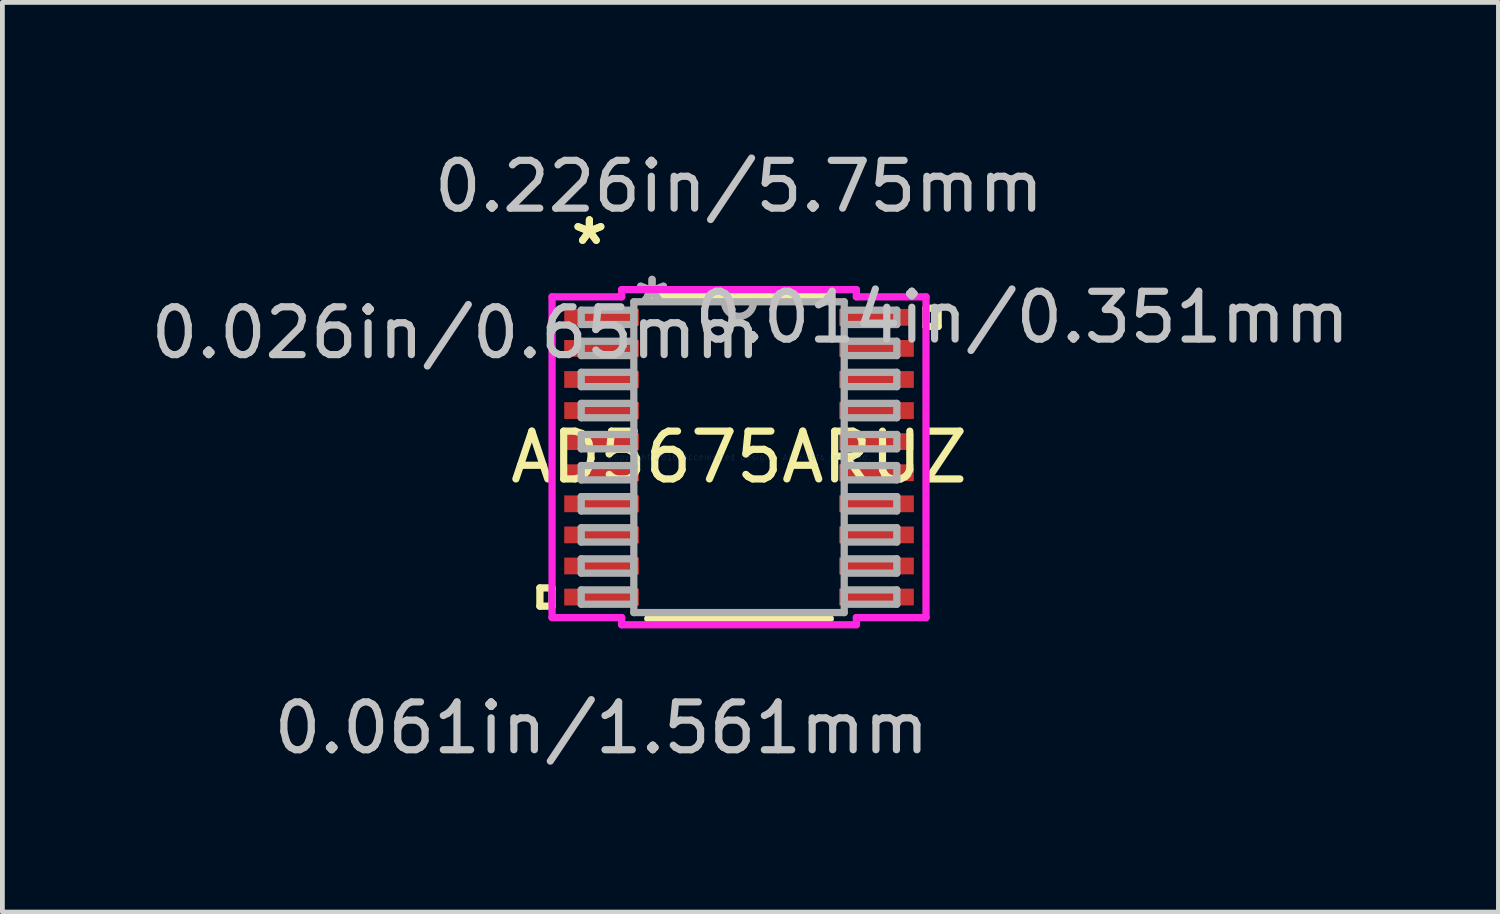
<source format=kicad_pcb>
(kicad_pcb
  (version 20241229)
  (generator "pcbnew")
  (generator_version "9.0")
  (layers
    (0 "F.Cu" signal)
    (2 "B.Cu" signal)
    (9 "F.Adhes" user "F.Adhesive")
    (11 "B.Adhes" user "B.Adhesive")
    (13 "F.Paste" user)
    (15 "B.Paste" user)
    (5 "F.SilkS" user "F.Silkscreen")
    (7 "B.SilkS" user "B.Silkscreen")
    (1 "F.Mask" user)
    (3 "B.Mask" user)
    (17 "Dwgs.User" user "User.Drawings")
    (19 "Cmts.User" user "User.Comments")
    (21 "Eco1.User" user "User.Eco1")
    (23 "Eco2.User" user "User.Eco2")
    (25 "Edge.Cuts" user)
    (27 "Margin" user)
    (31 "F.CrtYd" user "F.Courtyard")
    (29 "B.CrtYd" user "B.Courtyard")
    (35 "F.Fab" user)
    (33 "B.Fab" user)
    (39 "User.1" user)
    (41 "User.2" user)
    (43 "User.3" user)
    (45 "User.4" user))
  (footprint "AD5675ARUZ"
    (layer "F.Cu")
    (at 12.405 6.511)
    (property "Reference" "AD5675ARUZ" (at 0 0 0) (layer "F.SilkS") (effects (font (size 1 1) (thickness 0.15))))
    (attr through_hole)
    (fp_line (start -4.164 2.734) (end -4.164 3.115) (stroke (width 0.152) (type solid)) (layer "F.SilkS"))
    (fp_line (start -4.164 3.115) (end -3.91 3.115) (stroke (width 0.152) (type solid)) (layer "F.SilkS"))
    (fp_line (start -3.91 2.734) (end -4.164 2.734) (stroke (width 0.152) (type solid)) (layer "F.SilkS"))
    (fp_line (start -3.91 3.115) (end -3.91 2.734) (stroke (width 0.152) (type solid)) (layer "F.SilkS"))
    (fp_line (start -1.909 3.377) (end 1.909 3.377) (stroke (width 0.152) (type solid)) (layer "F.SilkS"))
    (fp_line (start 1.909 -3.377) (end -1.909 -3.377) (stroke (width 0.152) (type solid)) (layer "F.SilkS"))
    (fp_line (start 3.91 -3.115) (end 4.164 -3.115) (stroke (width 0.152) (type solid)) (layer "F.SilkS"))
    (fp_line (start 3.91 -2.734) (end 3.91 -3.115) (stroke (width 0.152) (type solid)) (layer "F.SilkS"))
    (fp_line (start 4.164 -3.115) (end 4.164 -2.734) (stroke (width 0.152) (type solid)) (layer "F.SilkS"))
    (fp_line (start 4.164 -2.734) (end 3.91 -2.734) (stroke (width 0.152) (type solid)) (layer "F.SilkS"))
    (fp_line (start -3.91 -3.354) (end -2.454 -3.354) (stroke (width 0.152) (type solid)) (layer "F.CrtYd"))
    (fp_line (start -3.91 3.354) (end -3.91 -3.354) (stroke (width 0.152) (type solid)) (layer "F.CrtYd"))
    (fp_line (start -2.454 -3.504) (end 2.454 -3.504) (stroke (width 0.152) (type solid)) (layer "F.CrtYd"))
    (fp_line (start -2.454 -3.354) (end -2.454 -3.504) (stroke (width 0.152) (type solid)) (layer "F.CrtYd"))
    (fp_line (start -2.454 3.354) (end -3.91 3.354) (stroke (width 0.152) (type solid)) (layer "F.CrtYd"))
    (fp_line (start -2.454 3.504) (end -2.454 3.354) (stroke (width 0.152) (type solid)) (layer "F.CrtYd"))
    (fp_line (start 2.454 -3.504) (end 2.454 -3.354) (stroke (width 0.152) (type solid)) (layer "F.CrtYd"))
    (fp_line (start 2.454 -3.354) (end 3.91 -3.354) (stroke (width 0.152) (type solid)) (layer "F.CrtYd"))
    (fp_line (start 2.454 3.354) (end 2.454 3.504) (stroke (width 0.152) (type solid)) (layer "F.CrtYd"))
    (fp_line (start 2.454 3.504) (end -2.454 3.504) (stroke (width 0.152) (type solid)) (layer "F.CrtYd"))
    (fp_line (start 3.91 -3.354) (end 3.91 3.354) (stroke (width 0.152) (type solid)) (layer "F.CrtYd"))
    (fp_line (start 3.91 3.354) (end 2.454 3.354) (stroke (width 0.152) (type solid)) (layer "F.CrtYd"))
    (fp_line (start -3.3 -3.075) (end -3.3 -2.775) (stroke (width 0.152) (type solid)) (layer "F.Fab"))
    (fp_line (start -3.3 -2.775) (end -2.2 -2.775) (stroke (width 0.152) (type solid)) (layer "F.Fab"))
    (fp_line (start -3.3 -2.425) (end -3.3 -2.125) (stroke (width 0.152) (type solid)) (layer "F.Fab"))
    (fp_line (start -3.3 -2.125) (end -2.2 -2.125) (stroke (width 0.152) (type solid)) (layer "F.Fab"))
    (fp_line (start -3.3 -1.775) (end -3.3 -1.475) (stroke (width 0.152) (type solid)) (layer "F.Fab"))
    (fp_line (start -3.3 -1.475) (end -2.2 -1.475) (stroke (width 0.152) (type solid)) (layer "F.Fab"))
    (fp_line (start -3.3 -1.125) (end -3.3 -0.825) (stroke (width 0.152) (type solid)) (layer "F.Fab"))
    (fp_line (start -3.3 -0.825) (end -2.2 -0.825) (stroke (width 0.152) (type solid)) (layer "F.Fab"))
    (fp_line (start -3.3 -0.475) (end -3.3 -0.175) (stroke (width 0.152) (type solid)) (layer "F.Fab"))
    (fp_line (start -3.3 -0.175) (end -2.2 -0.175) (stroke (width 0.152) (type solid)) (layer "F.Fab"))
    (fp_line (start -3.3 0.175) (end -3.3 0.475) (stroke (width 0.152) (type solid)) (layer "F.Fab"))
    (fp_line (start -3.3 0.475) (end -2.2 0.475) (stroke (width 0.152) (type solid)) (layer "F.Fab"))
    (fp_line (start -3.3 0.825) (end -3.3 1.125) (stroke (width 0.152) (type solid)) (layer "F.Fab"))
    (fp_line (start -3.3 1.125) (end -2.2 1.125) (stroke (width 0.152) (type solid)) (layer "F.Fab"))
    (fp_line (start -3.3 1.475) (end -3.3 1.775) (stroke (width 0.152) (type solid)) (layer "F.Fab"))
    (fp_line (start -3.3 1.775) (end -2.2 1.775) (stroke (width 0.152) (type solid)) (layer "F.Fab"))
    (fp_line (start -3.3 2.125) (end -3.3 2.425) (stroke (width 0.152) (type solid)) (layer "F.Fab"))
    (fp_line (start -3.3 2.425) (end -2.2 2.425) (stroke (width 0.152) (type solid)) (layer "F.Fab"))
    (fp_line (start -3.3 2.775) (end -3.3 3.075) (stroke (width 0.152) (type solid)) (layer "F.Fab"))
    (fp_line (start -3.3 3.075) (end -2.2 3.075) (stroke (width 0.152) (type solid)) (layer "F.Fab"))
    (fp_line (start -2.2 -3.25) (end -2.2 3.25) (stroke (width 0.152) (type solid)) (layer "F.Fab"))
    (fp_line (start -2.2 -3.075) (end -3.3 -3.075) (stroke (width 0.152) (type solid)) (layer "F.Fab"))
    (fp_line (start -2.2 -2.775) (end -2.2 -3.075) (stroke (width 0.152) (type solid)) (layer "F.Fab"))
    (fp_line (start -2.2 -2.425) (end -3.3 -2.425) (stroke (width 0.152) (type solid)) (layer "F.Fab"))
    (fp_line (start -2.2 -2.125) (end -2.2 -2.425) (stroke (width 0.152) (type solid)) (layer "F.Fab"))
    (fp_line (start -2.2 -1.775) (end -3.3 -1.775) (stroke (width 0.152) (type solid)) (layer "F.Fab"))
    (fp_line (start -2.2 -1.475) (end -2.2 -1.775) (stroke (width 0.152) (type solid)) (layer "F.Fab"))
    (fp_line (start -2.2 -1.125) (end -3.3 -1.125) (stroke (width 0.152) (type solid)) (layer "F.Fab"))
    (fp_line (start -2.2 -0.825) (end -2.2 -1.125) (stroke (width 0.152) (type solid)) (layer "F.Fab"))
    (fp_line (start -2.2 -0.475) (end -3.3 -0.475) (stroke (width 0.152) (type solid)) (layer "F.Fab"))
    (fp_line (start -2.2 -0.175) (end -2.2 -0.475) (stroke (width 0.152) (type solid)) (layer "F.Fab"))
    (fp_line (start -2.2 0.175) (end -3.3 0.175) (stroke (width 0.152) (type solid)) (layer "F.Fab"))
    (fp_line (start -2.2 0.475) (end -2.2 0.175) (stroke (width 0.152) (type solid)) (layer "F.Fab"))
    (fp_line (start -2.2 0.825) (end -3.3 0.825) (stroke (width 0.152) (type solid)) (layer "F.Fab"))
    (fp_line (start -2.2 1.125) (end -2.2 0.825) (stroke (width 0.152) (type solid)) (layer "F.Fab"))
    (fp_line (start -2.2 1.475) (end -3.3 1.475) (stroke (width 0.152) (type solid)) (layer "F.Fab"))
    (fp_line (start -2.2 1.775) (end -2.2 1.475) (stroke (width 0.152) (type solid)) (layer "F.Fab"))
    (fp_line (start -2.2 2.125) (end -3.3 2.125) (stroke (width 0.152) (type solid)) (layer "F.Fab"))
    (fp_line (start -2.2 2.425) (end -2.2 2.125) (stroke (width 0.152) (type solid)) (layer "F.Fab"))
    (fp_line (start -2.2 2.775) (end -3.3 2.775) (stroke (width 0.152) (type solid)) (layer "F.Fab"))
    (fp_line (start -2.2 3.075) (end -2.2 2.775) (stroke (width 0.152) (type solid)) (layer "F.Fab"))
    (fp_line (start -2.2 3.25) (end 2.2 3.25) (stroke (width 0.152) (type solid)) (layer "F.Fab"))
    (fp_line (start 2.2 -3.25) (end -2.2 -3.25) (stroke (width 0.152) (type solid)) (layer "F.Fab"))
    (fp_line (start 2.2 -3.075) (end 2.2 -2.775) (stroke (width 0.152) (type solid)) (layer "F.Fab"))
    (fp_line (start 2.2 -2.775) (end 3.3 -2.775) (stroke (width 0.152) (type solid)) (layer "F.Fab"))
    (fp_line (start 2.2 -2.425) (end 2.2 -2.125) (stroke (width 0.152) (type solid)) (layer "F.Fab"))
    (fp_line (start 2.2 -2.125) (end 3.3 -2.125) (stroke (width 0.152) (type solid)) (layer "F.Fab"))
    (fp_line (start 2.2 -1.775) (end 2.2 -1.475) (stroke (width 0.152) (type solid)) (layer "F.Fab"))
    (fp_line (start 2.2 -1.475) (end 3.3 -1.475) (stroke (width 0.152) (type solid)) (layer "F.Fab"))
    (fp_line (start 2.2 -1.125) (end 2.2 -0.825) (stroke (width 0.152) (type solid)) (layer "F.Fab"))
    (fp_line (start 2.2 -0.825) (end 3.3 -0.825) (stroke (width 0.152) (type solid)) (layer "F.Fab"))
    (fp_line (start 2.2 -0.475) (end 2.2 -0.175) (stroke (width 0.152) (type solid)) (layer "F.Fab"))
    (fp_line (start 2.2 -0.175) (end 3.3 -0.175) (stroke (width 0.152) (type solid)) (layer "F.Fab"))
    (fp_line (start 2.2 0.175) (end 2.2 0.475) (stroke (width 0.152) (type solid)) (layer "F.Fab"))
    (fp_line (start 2.2 0.475) (end 3.3 0.475) (stroke (width 0.152) (type solid)) (layer "F.Fab"))
    (fp_line (start 2.2 0.825) (end 2.2 1.125) (stroke (width 0.152) (type solid)) (layer "F.Fab"))
    (fp_line (start 2.2 1.125) (end 3.3 1.125) (stroke (width 0.152) (type solid)) (layer "F.Fab"))
    (fp_line (start 2.2 1.475) (end 2.2 1.775) (stroke (width 0.152) (type solid)) (layer "F.Fab"))
    (fp_line (start 2.2 1.775) (end 3.3 1.775) (stroke (width 0.152) (type solid)) (layer "F.Fab"))
    (fp_line (start 2.2 2.125) (end 2.2 2.425) (stroke (width 0.152) (type solid)) (layer "F.Fab"))
    (fp_line (start 2.2 2.425) (end 3.3 2.425) (stroke (width 0.152) (type solid)) (layer "F.Fab"))
    (fp_line (start 2.2 2.775) (end 2.2 3.075) (stroke (width 0.152) (type solid)) (layer "F.Fab"))
    (fp_line (start 2.2 3.075) (end 3.3 3.075) (stroke (width 0.152) (type solid)) (layer "F.Fab"))
    (fp_line (start 2.2 3.25) (end 2.2 -3.25) (stroke (width 0.152) (type solid)) (layer "F.Fab"))
    (fp_line (start 3.3 -3.075) (end 2.2 -3.075) (stroke (width 0.152) (type solid)) (layer "F.Fab"))
    (fp_line (start 3.3 -2.775) (end 3.3 -3.075) (stroke (width 0.152) (type solid)) (layer "F.Fab"))
    (fp_line (start 3.3 -2.425) (end 2.2 -2.425) (stroke (width 0.152) (type solid)) (layer "F.Fab"))
    (fp_line (start 3.3 -2.125) (end 3.3 -2.425) (stroke (width 0.152) (type solid)) (layer "F.Fab"))
    (fp_line (start 3.3 -1.775) (end 2.2 -1.775) (stroke (width 0.152) (type solid)) (layer "F.Fab"))
    (fp_line (start 3.3 -1.475) (end 3.3 -1.775) (stroke (width 0.152) (type solid)) (layer "F.Fab"))
    (fp_line (start 3.3 -1.125) (end 2.2 -1.125) (stroke (width 0.152) (type solid)) (layer "F.Fab"))
    (fp_line (start 3.3 -0.825) (end 3.3 -1.125) (stroke (width 0.152) (type solid)) (layer "F.Fab"))
    (fp_line (start 3.3 -0.475) (end 2.2 -0.475) (stroke (width 0.152) (type solid)) (layer "F.Fab"))
    (fp_line (start 3.3 -0.175) (end 3.3 -0.475) (stroke (width 0.152) (type solid)) (layer "F.Fab"))
    (fp_line (start 3.3 0.175) (end 2.2 0.175) (stroke (width 0.152) (type solid)) (layer "F.Fab"))
    (fp_line (start 3.3 0.475) (end 3.3 0.175) (stroke (width 0.152) (type solid)) (layer "F.Fab"))
    (fp_line (start 3.3 0.825) (end 2.2 0.825) (stroke (width 0.152) (type solid)) (layer "F.Fab"))
    (fp_line (start 3.3 1.125) (end 3.3 0.825) (stroke (width 0.152) (type solid)) (layer "F.Fab"))
    (fp_line (start 3.3 1.475) (end 2.2 1.475) (stroke (width 0.152) (type solid)) (layer "F.Fab"))
    (fp_line (start 3.3 1.775) (end 3.3 1.475) (stroke (width 0.152) (type solid)) (layer "F.Fab"))
    (fp_line (start 3.3 2.125) (end 2.2 2.125) (stroke (width 0.152) (type solid)) (layer "F.Fab"))
    (fp_line (start 3.3 2.425) (end 3.3 2.125) (stroke (width 0.152) (type solid)) (layer "F.Fab"))
    (fp_line (start 3.3 2.775) (end 2.2 2.775) (stroke (width 0.152) (type solid)) (layer "F.Fab"))
    (fp_line (start 3.3 3.075) (end 3.3 2.775) (stroke (width 0.152) (type solid)) (layer "F.Fab"))
    (fp_arc (start 0.3048 -3.250001) (mid 0 -2.945201) (end -0.3048 -3.250001) (stroke (width 0.1524) (type solid)) (layer "F.Fab"))
    (fp_text user "*" (at -3.129 -4.419 0) (layer "F.SilkS") (effects (font (size 1 1) (thickness 0.15))))
    (fp_text user "*" (at -3.129 -4.419 0) (layer "F.SilkS") (effects (font (size 1 1) (thickness 0.15))))
    (fp_text user "0.061in/1.561mm" (at -2.875 5.663 0) (layer "Dwgs.User") (effects (font (size 1 1) (thickness 0.15))))
    (fp_text user "0.226in/5.75mm" (at 0 -5.663 0) (layer "Dwgs.User") (effects (font (size 1 1) (thickness 0.15))))
    (fp_text user "0.014in/0.351mm" (at 5.923 -2.925 0) (layer "Dwgs.User") (effects (font (size 1 1) (thickness 0.15))))
    (fp_text user "0.026in/0.65mm" (at -5.923 -2.6 0) (layer "Dwgs.User") (effects (font (size 1 1) (thickness 0.15))))
    (fp_text user "Copyright 2016 Accelerated Designs. All rights reserved." (at 0 0 0) (layer "Cmts.User") (effects (font (size 0.127 0.127) (thickness 0.002))))
    (fp_text user "*" (at -1.819 -3.174 0) (layer "F.Fab") (effects (font (size 1 1) (thickness 0.15))))
    (fp_text user "*" (at -1.819 -3.174 0) (layer "F.Fab") (effects (font (size 1 1) (thickness 0.15))))
    (pad "1" smd rect (at -2.875 -2.925) (size 1.561 0.351) (layers "F.Cu" "F.Mask" "F.Paste"))
    (pad "2" smd rect (at -2.875 -2.275) (size 1.561 0.351) (layers "F.Cu" "F.Mask" "F.Paste"))
    (pad "3" smd rect (at -2.875 -1.625) (size 1.561 0.351) (layers "F.Cu" "F.Mask" "F.Paste"))
    (pad "4" smd rect (at -2.875 -0.975) (size 1.561 0.351) (layers "F.Cu" "F.Mask" "F.Paste"))
    (pad "5" smd rect (at -2.875 -0.325) (size 1.561 0.351) (layers "F.Cu" "F.Mask" "F.Paste"))
    (pad "6" smd rect (at -2.875 0.325) (size 1.561 0.351) (layers "F.Cu" "F.Mask" "F.Paste"))
    (pad "7" smd rect (at -2.875 0.975) (size 1.561 0.351) (layers "F.Cu" "F.Mask" "F.Paste"))
    (pad "8" smd rect (at -2.875 1.625) (size 1.561 0.351) (layers "F.Cu" "F.Mask" "F.Paste"))
    (pad "9" smd rect (at -2.875 2.275) (size 1.561 0.351) (layers "F.Cu" "F.Mask" "F.Paste"))
    (pad "10" smd rect (at -2.875 2.925) (size 1.561 0.351) (layers "F.Cu" "F.Mask" "F.Paste"))
    (pad "11" smd rect (at 2.875 2.925) (size 1.561 0.351) (layers "F.Cu" "F.Mask" "F.Paste"))
    (pad "12" smd rect (at 2.875 2.275) (size 1.561 0.351) (layers "F.Cu" "F.Mask" "F.Paste"))
    (pad "13" smd rect (at 2.875 1.625) (size 1.561 0.351) (layers "F.Cu" "F.Mask" "F.Paste"))
    (pad "14" smd rect (at 2.875 0.975) (size 1.561 0.351) (layers "F.Cu" "F.Mask" "F.Paste"))
    (pad "15" smd rect (at 2.875 0.325) (size 1.561 0.351) (layers "F.Cu" "F.Mask" "F.Paste"))
    (pad "16" smd rect (at 2.875 -0.325) (size 1.561 0.351) (layers "F.Cu" "F.Mask" "F.Paste"))
    (pad "17" smd rect (at 2.875 -0.975) (size 1.561 0.351) (layers "F.Cu" "F.Mask" "F.Paste"))
    (pad "18" smd rect (at 2.875 -1.625) (size 1.561 0.351) (layers "F.Cu" "F.Mask" "F.Paste"))
    (pad "19" smd rect (at 2.875 -2.275) (size 1.561 0.351) (layers "F.Cu" "F.Mask" "F.Paste"))
    (pad "20" smd rect (at 2.875 -2.925) (size 1.561 0.351) (layers "F.Cu" "F.Mask" "F.Paste")))
  (gr_rect
    (start -3 -3)
    (end 28.286 16.023)
    (stroke (width 0.1) (type default))
    (fill no)
    (layer "Edge.Cuts")))
</source>
